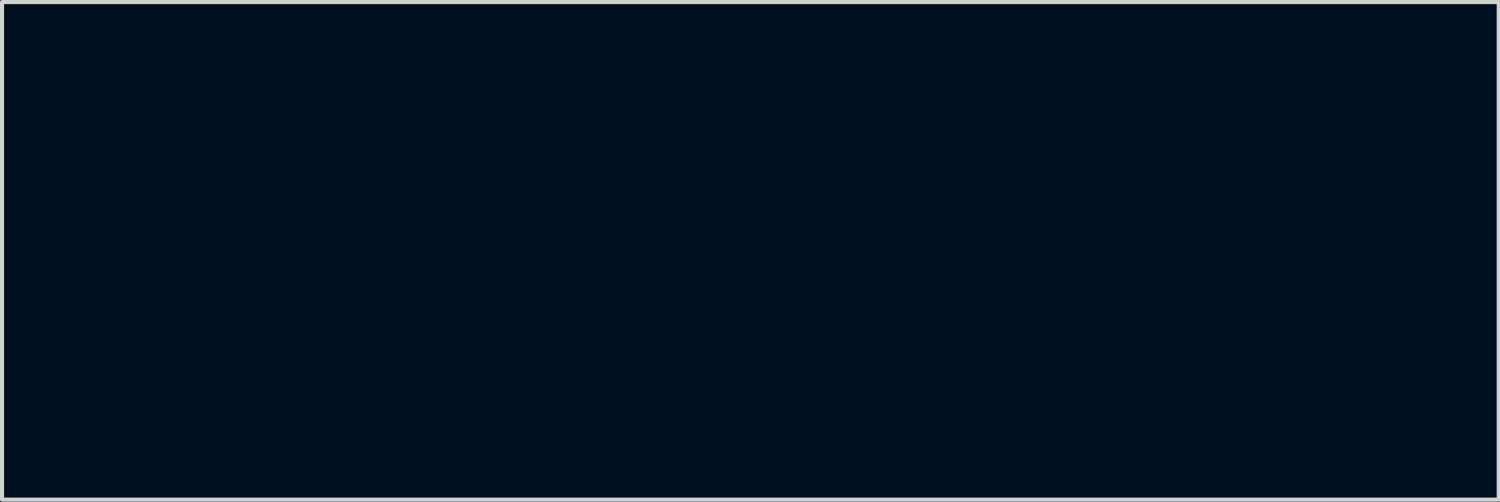
<source format=kicad_pcb>
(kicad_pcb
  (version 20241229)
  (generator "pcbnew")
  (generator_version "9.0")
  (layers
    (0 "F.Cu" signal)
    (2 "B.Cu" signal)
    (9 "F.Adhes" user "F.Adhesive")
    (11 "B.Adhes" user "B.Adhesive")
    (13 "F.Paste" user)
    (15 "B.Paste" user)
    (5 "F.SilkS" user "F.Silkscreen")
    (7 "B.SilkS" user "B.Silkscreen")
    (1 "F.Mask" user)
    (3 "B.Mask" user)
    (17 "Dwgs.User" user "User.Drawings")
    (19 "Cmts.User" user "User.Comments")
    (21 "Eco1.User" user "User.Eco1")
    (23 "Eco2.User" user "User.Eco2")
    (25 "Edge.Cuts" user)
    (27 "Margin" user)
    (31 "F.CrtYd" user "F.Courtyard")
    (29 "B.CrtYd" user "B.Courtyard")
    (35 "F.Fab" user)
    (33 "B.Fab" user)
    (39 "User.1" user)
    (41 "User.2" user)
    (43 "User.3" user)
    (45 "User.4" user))
  (footprint "Logo-Text-Mask-Smaller"
    (layer "F.Cu")
    (at 15.247 3.269)
    (property "Reference" "Logo-Text-Mask-Smaller" (at 0 0 0) (layer "F.Mask") (effects (font (size 1.524 1.524) (thickness 0.3))))
    (attr through_hole)
    (fp_poly (pts (xy 2.466 1.916) (xy 2.466 2.085) (xy 2.202 2.097) (xy 2.191 2.847) (xy 2.095 2.853) (xy 2.034 2.854) (xy 1.992 2.848) (xy 1.984 2.844) (xy 1.979 2.819) (xy 1.974 2.759) (xy 1.971 2.671) (xy 1.969 2.562) (xy 1.968 2.462) (xy 1.968 2.095) (xy 1.714 2.095) (xy 1.714 1.904) (xy 2.466 1.916)) (stroke (width 0.01) (type solid)) (fill yes) (layer "F.Mask"))
    (fp_poly (pts (xy -3.424 1.91) (xy -3.08 1.916) (xy -3.08 2.085) (xy -3.558 2.097) (xy -3.552 2.186) (xy -3.545 2.275) (xy -3.327 2.281) (xy -3.109 2.288) (xy -3.116 2.377) (xy -3.122 2.466) (xy -3.334 2.477) (xy -3.545 2.487) (xy -3.552 2.566) (xy -3.559 2.646) (xy -3.069 2.646) (xy -3.069 2.857) (xy -3.768 2.857) (xy -3.768 1.904) (xy -3.424 1.91)) (stroke (width 0.01) (type solid)) (fill yes) (layer "F.Mask"))
    (fp_poly (pts (xy -2.412 2.644) (xy -2.217 2.65) (xy -2.021 2.656) (xy -2.015 2.757) (xy -2.009 2.857) (xy -2.317 2.857) (xy -2.447 2.856) (xy -2.539 2.853) (xy -2.598 2.847) (xy -2.629 2.838) (xy -2.636 2.83) (xy -2.639 2.802) (xy -2.641 2.738) (xy -2.642 2.645) (xy -2.642 2.53) (xy -2.641 2.399) (xy -2.641 2.36) (xy -2.635 1.916) (xy -2.424 1.916) (xy -2.412 2.644)) (stroke (width 0.01) (type solid)) (fill yes) (layer "F.Mask"))
    (fp_poly (pts (xy -0.935 1.994) (xy -0.942 2.085) (xy -1.169 2.091) (xy -1.397 2.097) (xy -1.397 2.286) (xy -0.974 2.286) (xy -0.974 2.477) (xy -1.397 2.477) (xy -1.397 2.644) (xy -0.921 2.656) (xy -0.921 2.847) (xy -1.265 2.853) (xy -1.4 2.854) (xy -1.498 2.853) (xy -1.564 2.85) (xy -1.602 2.843) (xy -1.619 2.833) (xy -1.62 2.831) (xy -1.623 2.802) (xy -1.625 2.738) (xy -1.626 2.645) (xy -1.626 2.53) (xy -1.625 2.399) (xy -1.625 2.36) (xy -1.619 1.916) (xy -0.929 1.904) (xy -0.935 1.994)) (stroke (width 0.01) (type solid)) (fill yes) (layer "F.Mask"))
    (fp_poly (pts (xy 3.552 1.994) (xy 3.545 2.085) (xy 3.318 2.091) (xy 3.09 2.097) (xy 3.09 2.286) (xy 3.514 2.286) (xy 3.514 2.477) (xy 3.09 2.477) (xy 3.09 2.644) (xy 3.567 2.656) (xy 3.567 2.847) (xy 3.222 2.853) (xy 3.087 2.854) (xy 2.989 2.853) (xy 2.924 2.85) (xy 2.885 2.843) (xy 2.868 2.833) (xy 2.867 2.831) (xy 2.864 2.802) (xy 2.862 2.738) (xy 2.861 2.645) (xy 2.861 2.53) (xy 2.862 2.399) (xy 2.862 2.36) (xy 2.868 1.916) (xy 3.558 1.904) (xy 3.552 1.994)) (stroke (width 0.01) (type solid)) (fill yes) (layer "F.Mask"))
    (fp_poly (pts (xy 0.11 -3.241) (xy 0.144 -3.186) (xy 0.193 -3.103) (xy 0.256 -2.997) (xy 0.33 -2.87) (xy 0.412 -2.728) (xy 0.494 -2.587) (xy 0.605 -2.396) (xy 0.733 -2.173) (xy 0.876 -1.926) (xy 1.03 -1.66) (xy 1.192 -1.381) (xy 1.357 -1.095) (xy 1.524 -0.807) (xy 1.687 -0.525) (xy 1.845 -0.253) (xy 1.962 -0.051) (xy 2.022 0.053) (xy 2.064 0.126) (xy 2.089 0.173) (xy 2.102 0.201) (xy 2.103 0.213) (xy 2.097 0.216) (xy 2.091 0.216) (xy 2.071 0.206) (xy 2.017 0.176) (xy 1.933 0.129) (xy 1.822 0.067) (xy 1.689 -0.009) (xy 1.535 -0.097) (xy 1.366 -0.194) (xy 1.183 -0.298) (xy 1.075 -0.36) (xy 0.075 -0.936) (xy 0.075 -2.11) (xy 0.076 -2.373) (xy 0.077 -2.606) (xy 0.078 -2.806) (xy 0.081 -2.973) (xy 0.084 -3.103) (xy 0.087 -3.196) (xy 0.091 -3.25) (xy 0.095 -3.264) (xy 0.11 -3.241)) (stroke (width 0.01) (type solid)) (fill yes) (layer "F.Mask"))
    (fp_poly (pts (xy 0.281 1.906) (xy 0.299 1.913) (xy 0.307 1.931) (xy 0.303 1.964) (xy 0.288 2.016) (xy 0.261 2.092) (xy 0.22 2.196) (xy 0.165 2.332) (xy 0.125 2.43) (xy -0.048 2.857) (xy -0.141 2.857) (xy -0.203 2.853) (xy -0.237 2.837) (xy -0.254 2.81) (xy -0.268 2.776) (xy -0.295 2.71) (xy -0.332 2.618) (xy -0.377 2.507) (xy -0.426 2.384) (xy -0.436 2.36) (xy -0.485 2.237) (xy -0.529 2.126) (xy -0.566 2.035) (xy -0.593 1.968) (xy -0.607 1.933) (xy -0.608 1.93) (xy -0.605 1.915) (xy -0.574 1.908) (xy -0.509 1.909) (xy -0.495 1.909) (xy -0.371 1.916) (xy -0.262 2.187) (xy -0.221 2.286) (xy -0.186 2.371) (xy -0.159 2.433) (xy -0.145 2.465) (xy -0.143 2.468) (xy -0.132 2.453) (xy -0.11 2.405) (xy -0.078 2.332) (xy -0.04 2.24) (xy -0.031 2.217) (xy 0.009 2.118) (xy 0.044 2.033) (xy 0.073 1.968) (xy 0.09 1.934) (xy 0.091 1.931) (xy 0.123 1.916) (xy 0.183 1.906) (xy 0.217 1.905) (xy 0.253 1.904) (xy 0.281 1.906)) (stroke (width 0.01) (type solid)) (fill yes) (layer "F.Mask"))
    (fp_poly (pts (xy 1.332 2.355) (xy 1.387 2.484) (xy 1.437 2.6) (xy 1.478 2.698) (xy 1.509 2.772) (xy 1.527 2.816) (xy 1.53 2.826) (xy 1.514 2.839) (xy 1.466 2.849) (xy 1.422 2.853) (xy 1.31 2.86) (xy 1.264 2.752) (xy 1.219 2.644) (xy 1.027 2.65) (xy 0.836 2.656) (xy 0.788 2.757) (xy 0.758 2.815) (xy 0.732 2.845) (xy 0.694 2.856) (xy 0.632 2.857) (xy 0.569 2.856) (xy 0.539 2.849) (xy 0.533 2.83) (xy 0.539 2.8) (xy 0.552 2.764) (xy 0.579 2.696) (xy 0.617 2.602) (xy 0.665 2.49) (xy 0.688 2.437) (xy 0.938 2.437) (xy 0.951 2.451) (xy 0.993 2.455) (xy 1.025 2.455) (xy 1.082 2.452) (xy 1.117 2.443) (xy 1.122 2.437) (xy 1.114 2.407) (xy 1.094 2.357) (xy 1.069 2.301) (xy 1.045 2.252) (xy 1.028 2.225) (xy 1.025 2.223) (xy 1.01 2.241) (xy 0.988 2.286) (xy 0.963 2.348) (xy 0.943 2.408) (xy 0.938 2.437) (xy 0.688 2.437) (xy 0.719 2.365) (xy 0.737 2.324) (xy 0.921 1.905) (xy 1.137 1.905) (xy 1.332 2.355)) (stroke (width 0.01) (type solid)) (fill yes) (layer "F.Mask"))
    (fp_poly (pts (xy -0.153 -3.24) (xy -0.15 -3.185) (xy -0.147 -3.094) (xy -0.145 -2.973) (xy -0.142 -2.824) (xy -0.141 -2.651) (xy -0.139 -2.458) (xy -0.139 -2.248) (xy -0.138 -2.1) (xy -0.138 -0.924) (xy -0.377 -0.786) (xy -0.591 -0.663) (xy -0.794 -0.545) (xy -0.983 -0.436) (xy -1.154 -0.337) (xy -1.303 -0.249) (xy -1.428 -0.176) (xy -1.526 -0.119) (xy -1.592 -0.079) (xy -1.62 -0.062) (xy -1.676 -0.027) (xy -1.75 0.018) (xy -1.834 0.067) (xy -1.919 0.116) (xy -1.998 0.161) (xy -2.063 0.197) (xy -2.105 0.22) (xy -2.116 0.224) (xy -2.128 0.208) (xy -2.128 0.206) (xy -2.118 0.185) (xy -2.088 0.131) (xy -2.041 0.047) (xy -1.979 -0.065) (xy -1.902 -0.201) (xy -1.813 -0.358) (xy -1.714 -0.534) (xy -1.606 -0.724) (xy -1.492 -0.926) (xy -1.372 -1.137) (xy -1.249 -1.353) (xy -1.124 -1.572) (xy -1 -1.79) (xy -0.878 -2.004) (xy -0.759 -2.212) (xy -0.646 -2.409) (xy -0.541 -2.594) (xy -0.444 -2.762) (xy -0.359 -2.91) (xy -0.286 -3.037) (xy -0.228 -3.137) (xy -0.186 -3.209) (xy -0.161 -3.249) (xy -0.156 -3.257) (xy -0.153 -3.24)) (stroke (width 0.01) (type solid)) (fill yes) (layer "F.Mask"))
    (fp_poly (pts (xy -0.005 -0.694) (xy 0.05 -0.665) (xy 0.134 -0.619) (xy 0.241 -0.559) (xy 0.369 -0.487) (xy 0.513 -0.406) (xy 0.668 -0.317) (xy 0.831 -0.224) (xy 0.998 -0.128) (xy 1.164 -0.032) (xy 1.326 0.061) (xy 1.479 0.15) (xy 1.62 0.232) (xy 1.743 0.305) (xy 1.846 0.366) (xy 1.924 0.413) (xy 1.973 0.444) (xy 1.989 0.456) (xy 1.973 0.471) (xy 1.926 0.503) (xy 1.854 0.549) (xy 1.762 0.606) (xy 1.656 0.669) (xy 1.543 0.736) (xy 1.428 0.802) (xy 1.316 0.866) (xy 1.214 0.923) (xy 1.128 0.969) (xy 1.063 1.002) (xy 1.025 1.019) (xy 1.02 1.02) (xy 0.994 1.01) (xy 0.936 0.981) (xy 0.852 0.937) (xy 0.747 0.88) (xy 0.626 0.813) (xy 0.499 0.74) (xy 0.367 0.666) (xy 0.247 0.599) (xy 0.143 0.542) (xy 0.06 0.498) (xy 0.004 0.47) (xy -0.02 0.46) (xy -0.045 0.47) (xy -0.102 0.499) (xy -0.186 0.543) (xy -0.291 0.601) (xy -0.412 0.669) (xy -0.544 0.744) (xy -0.546 0.746) (xy -0.678 0.821) (xy -0.797 0.889) (xy -0.899 0.947) (xy -0.979 0.991) (xy -1.033 1.021) (xy -1.054 1.031) (xy -1.055 1.032) (xy -1.075 1.021) (xy -1.127 0.993) (xy -1.204 0.95) (xy -1.3 0.895) (xy -1.41 0.832) (xy -1.425 0.823) (xy -1.592 0.726) (xy -1.725 0.648) (xy -1.829 0.588) (xy -1.907 0.541) (xy -1.962 0.508) (xy -1.998 0.485) (xy -2.018 0.47) (xy -2.027 0.462) (xy -2.027 0.46) (xy -2.01 0.445) (xy -1.966 0.415) (xy -1.906 0.378) (xy -1.853 0.347) (xy -1.767 0.297) (xy -1.654 0.231) (xy -1.518 0.152) (xy -1.364 0.062) (xy -1.195 -0.037) (xy -1.017 -0.141) (xy -0.834 -0.247) (xy -0.65 -0.355) (xy -0.47 -0.459) (xy -0.388 -0.507) (xy -0.279 -0.57) (xy -0.183 -0.624) (xy -0.105 -0.667) (xy -0.051 -0.695) (xy -0.028 -0.704) (xy -0.005 -0.694)) (stroke (width 0.01) (type solid)) (fill yes) (layer "F.Mask")))
  (gr_rect
    (start -3 -3)
    (end 33.495 9.134)
    (stroke (width 0.1) (type default))
    (fill no)
    (layer "Edge.Cuts")))
</source>
